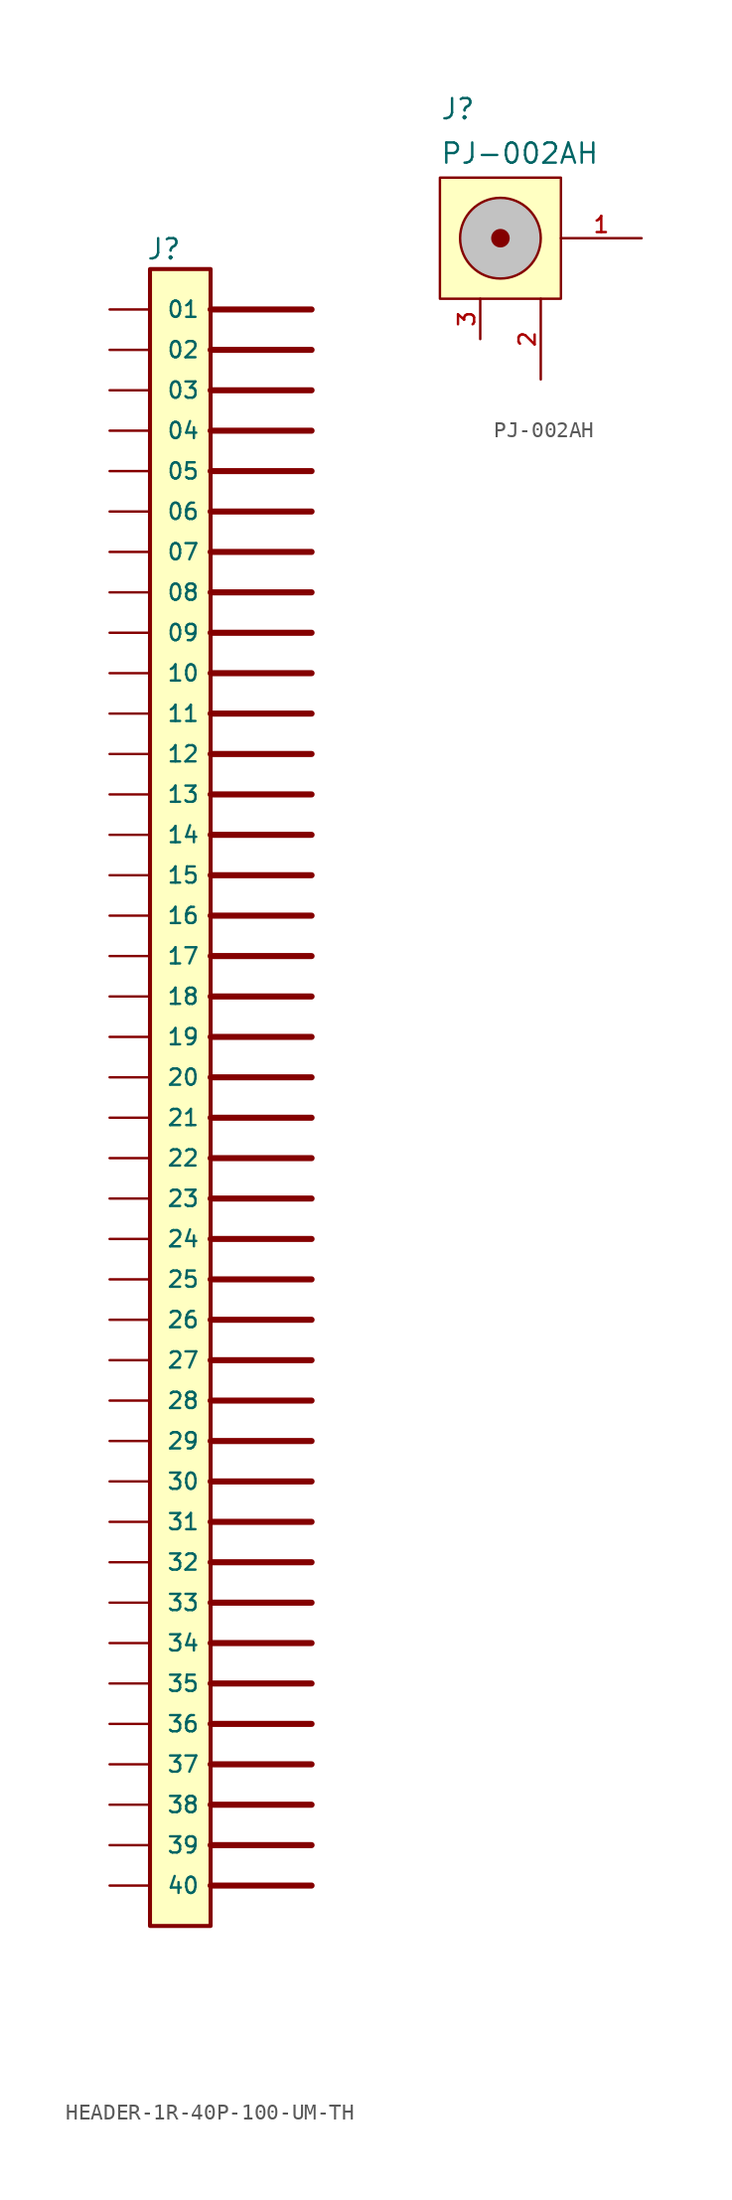
<source format=kicad_sym>
(kicad_symbol_lib
  (version 20231120)
  (generator "kicad_symbol_editor")
  (generator_version "8.0")
  (symbol "HEADER-1R-40P-100-UM-TH"
    (pin_numbers hide)
    (pin_names
      (offset 1.016))
    (property "Reference" "J"
      (at 2.286 3.048 0)
      (effects (font (size 1.27 1.27)) (justify left bottom)))
    (symbol "HEADER-1R-40P-100-UM-TH_0_0"
      (rectangle (start 2.54 2.54) (end 6.35 -101.6) (stroke (width 0.254) (type default)) (fill (type background)))
      (pin passive line (at 0 0 0) (length 2.54) (name "01" (effects (font (size 1.016 1.016)))) (number "01" (effects (font (size 1.016 1.016)))))
      (pin passive line (at 0 -2.54 0) (length 2.54) (name "02" (effects (font (size 1.016 1.016)))) (number "02" (effects (font (size 1.016 1.016)))))
      (pin passive line (at 0 -5.08 0) (length 2.54) (name "03" (effects (font (size 1.016 1.016)))) (number "03" (effects (font (size 1.016 1.016)))))
      (pin passive line (at 0 -7.62 0) (length 2.54) (name "04" (effects (font (size 1.016 1.016)))) (number "04" (effects (font (size 1.016 1.016)))))
      (pin passive line (at 0 -10.16 0) (length 2.54) (name "05" (effects (font (size 1.016 1.016)))) (number "05" (effects (font (size 1.016 1.016)))))
      (pin passive line (at 0 -12.7 0) (length 2.54) (name "06" (effects (font (size 1.016 1.016)))) (number "06" (effects (font (size 1.016 1.016)))))
      (pin passive line (at 0 -15.24 0) (length 2.54) (name "07" (effects (font (size 1.016 1.016)))) (number "07" (effects (font (size 1.016 1.016)))))
      (pin passive line (at 0 -17.78 0) (length 2.54) (name "08" (effects (font (size 1.016 1.016)))) (number "08" (effects (font (size 1.016 1.016)))))
      (pin passive line (at 0 -20.32 0) (length 2.54) (name "09" (effects (font (size 1.016 1.016)))) (number "09" (effects (font (size 1.016 1.016)))))
      (pin passive line (at 0 -22.86 0) (length 2.54) (name "10" (effects (font (size 1.016 1.016)))) (number "10" (effects (font (size 1.016 1.016)))))
      (pin passive line (at 0 -25.4 0) (length 2.54) (name "11" (effects (font (size 1.016 1.016)))) (number "11" (effects (font (size 1.016 1.016)))))
      (pin passive line (at 0 -27.94 0) (length 2.54) (name "12" (effects (font (size 1.016 1.016)))) (number "12" (effects (font (size 1.016 1.016)))))
      (pin passive line (at 0 -30.48 0) (length 2.54) (name "13" (effects (font (size 1.016 1.016)))) (number "13" (effects (font (size 1.016 1.016)))))
      (pin passive line (at 0 -33.02 0) (length 2.54) (name "14" (effects (font (size 1.016 1.016)))) (number "14" (effects (font (size 1.016 1.016)))))
      (pin passive line (at 0 -35.56 0) (length 2.54) (name "15" (effects (font (size 1.016 1.016)))) (number "15" (effects (font (size 1.016 1.016)))))
      (pin passive line (at 0 -38.1 0) (length 2.54) (name "16" (effects (font (size 1.016 1.016)))) (number "16" (effects (font (size 1.016 1.016)))))
      (pin passive line (at 0 -40.64 0) (length 2.54) (name "17" (effects (font (size 1.016 1.016)))) (number "17" (effects (font (size 1.016 1.016)))))
      (pin passive line (at 0 -43.18 0) (length 2.54) (name "18" (effects (font (size 1.016 1.016)))) (number "18" (effects (font (size 1.016 1.016)))))
      (pin passive line (at 0 -45.72 0) (length 2.54) (name "19" (effects (font (size 1.016 1.016)))) (number "19" (effects (font (size 1.016 1.016)))))
      (pin passive line (at 0 -48.26 0) (length 2.54) (name "20" (effects (font (size 1.016 1.016)))) (number "20" (effects (font (size 1.016 1.016)))))
      (pin passive line (at 0 -50.8 0) (length 2.54) (name "21" (effects (font (size 1.016 1.016)))) (number "21" (effects (font (size 1.016 1.016)))))
      (pin passive line (at 0 -53.34 0) (length 2.54) (name "22" (effects (font (size 1.016 1.016)))) (number "22" (effects (font (size 1.016 1.016)))))
      (pin passive line (at 0 -55.88 0) (length 2.54) (name "23" (effects (font (size 1.016 1.016)))) (number "23" (effects (font (size 1.016 1.016)))))
      (pin passive line (at 0 -58.42 0) (length 2.54) (name "24" (effects (font (size 1.016 1.016)))) (number "24" (effects (font (size 1.016 1.016)))))
      (pin passive line (at 0 -60.96 0) (length 2.54) (name "25" (effects (font (size 1.016 1.016)))) (number "25" (effects (font (size 1.016 1.016)))))
      (pin passive line (at 0 -63.5 0) (length 2.54) (name "26" (effects (font (size 1.016 1.016)))) (number "26" (effects (font (size 1.016 1.016)))))
      (pin passive line (at 0 -66.04 0) (length 2.54) (name "27" (effects (font (size 1.016 1.016)))) (number "27" (effects (font (size 1.016 1.016)))))
      (pin passive line (at 0 -68.58 0) (length 2.54) (name "28" (effects (font (size 1.016 1.016)))) (number "28" (effects (font (size 1.016 1.016)))))
      (pin passive line (at 0 -71.12 0) (length 2.54) (name "29" (effects (font (size 1.016 1.016)))) (number "29" (effects (font (size 1.016 1.016)))))
      (pin passive line (at 0 -73.66 0) (length 2.54) (name "30" (effects (font (size 1.016 1.016)))) (number "30" (effects (font (size 1.016 1.016)))))
      (pin passive line (at 0 -76.2 0) (length 2.54) (name "31" (effects (font (size 1.016 1.016)))) (number "31" (effects (font (size 1.016 1.016)))))
      (pin passive line (at 0 -78.74 0) (length 2.54) (name "32" (effects (font (size 1.016 1.016)))) (number "32" (effects (font (size 1.016 1.016)))))
      (pin passive line (at 0 -81.28 0) (length 2.54) (name "33" (effects (font (size 1.016 1.016)))) (number "33" (effects (font (size 1.016 1.016)))))
      (pin passive line (at 0 -83.82 0) (length 2.54) (name "34" (effects (font (size 1.016 1.016)))) (number "34" (effects (font (size 1.016 1.016)))))
      (pin passive line (at 0 -86.36 0) (length 2.54) (name "35" (effects (font (size 1.016 1.016)))) (number "35" (effects (font (size 1.016 1.016)))))
      (pin passive line (at 0 -88.9 0) (length 2.54) (name "36" (effects (font (size 1.016 1.016)))) (number "36" (effects (font (size 1.016 1.016)))))
      (pin passive line (at 0 -91.44 0) (length 2.54) (name "37" (effects (font (size 1.016 1.016)))) (number "37" (effects (font (size 1.016 1.016)))))
      (pin passive line (at 0 -93.98 0) (length 2.54) (name "38" (effects (font (size 1.016 1.016)))) (number "38" (effects (font (size 1.016 1.016)))))
      (pin passive line (at 0 -96.52 0) (length 2.54) (name "39" (effects (font (size 1.016 1.016)))) (number "39" (effects (font (size 1.016 1.016)))))
      (pin passive line (at 0 -99.06 0) (length 2.54) (name "40" (effects (font (size 1.016 1.016)))) (number "40" (effects (font (size 1.016 1.016))))))
    (symbol "HEADER-1R-40P-100-UM-TH_1_1"
      (polyline (pts (xy 6.35 -99.06) (xy 12.7 -99.06)) (stroke (width 0.381) (type default)) (fill (type none)))
      (polyline (pts (xy 6.35 -96.52) (xy 12.7 -96.52)) (stroke (width 0.381) (type default)) (fill (type none)))
      (polyline (pts (xy 6.35 -93.98) (xy 12.7 -93.98)) (stroke (width 0.381) (type default)) (fill (type none)))
      (polyline (pts (xy 6.35 -91.44) (xy 12.7 -91.44)) (stroke (width 0.381) (type default)) (fill (type none)))
      (polyline (pts (xy 6.35 -88.9) (xy 12.7 -88.9)) (stroke (width 0.381) (type default)) (fill (type none)))
      (polyline (pts (xy 6.35 -86.36) (xy 12.7 -86.36)) (stroke (width 0.381) (type default)) (fill (type none)))
      (polyline (pts (xy 6.35 -83.82) (xy 12.7 -83.82)) (stroke (width 0.381) (type default)) (fill (type none)))
      (polyline (pts (xy 6.35 -81.28) (xy 12.7 -81.28)) (stroke (width 0.381) (type default)) (fill (type none)))
      (polyline (pts (xy 6.35 -78.74) (xy 12.7 -78.74)) (stroke (width 0.381) (type default)) (fill (type none)))
      (polyline (pts (xy 6.35 -76.2) (xy 12.7 -76.2)) (stroke (width 0.381) (type default)) (fill (type none)))
      (polyline (pts (xy 6.35 -73.66) (xy 12.7 -73.66)) (stroke (width 0.381) (type default)) (fill (type none)))
      (polyline (pts (xy 6.35 -71.12) (xy 12.7 -71.12)) (stroke (width 0.381) (type default)) (fill (type none)))
      (polyline (pts (xy 6.35 -68.58) (xy 12.7 -68.58)) (stroke (width 0.381) (type default)) (fill (type none)))
      (polyline (pts (xy 6.35 -66.04) (xy 12.7 -66.04)) (stroke (width 0.381) (type default)) (fill (type none)))
      (polyline (pts (xy 6.35 -63.5) (xy 12.7 -63.5)) (stroke (width 0.381) (type default)) (fill (type none)))
      (polyline (pts (xy 6.35 -60.96) (xy 12.7 -60.96)) (stroke (width 0.381) (type default)) (fill (type none)))
      (polyline (pts (xy 6.35 -58.42) (xy 12.7 -58.42)) (stroke (width 0.381) (type default)) (fill (type none)))
      (polyline (pts (xy 6.35 -55.88) (xy 12.7 -55.88)) (stroke (width 0.381) (type default)) (fill (type none)))
      (polyline (pts (xy 6.35 -53.34) (xy 12.7 -53.34)) (stroke (width 0.381) (type default)) (fill (type none)))
      (polyline (pts (xy 6.35 -50.8) (xy 12.7 -50.8)) (stroke (width 0.381) (type default)) (fill (type none)))
      (polyline (pts (xy 6.35 -48.26) (xy 12.7 -48.26)) (stroke (width 0.381) (type default)) (fill (type none)))
      (polyline (pts (xy 6.35 -45.72) (xy 12.7 -45.72)) (stroke (width 0.381) (type default)) (fill (type none)))
      (polyline (pts (xy 6.35 -43.18) (xy 12.7 -43.18)) (stroke (width 0.381) (type default)) (fill (type none)))
      (polyline (pts (xy 6.35 -40.64) (xy 12.7 -40.64)) (stroke (width 0.381) (type default)) (fill (type none)))
      (polyline (pts (xy 6.35 -38.1) (xy 12.7 -38.1)) (stroke (width 0.381) (type default)) (fill (type none)))
      (polyline (pts (xy 6.35 -35.56) (xy 12.7 -35.56)) (stroke (width 0.381) (type default)) (fill (type none)))
      (polyline (pts (xy 6.35 -33.02) (xy 12.7 -33.02)) (stroke (width 0.381) (type default)) (fill (type none)))
      (polyline (pts (xy 6.35 -30.48) (xy 12.7 -30.48)) (stroke (width 0.381) (type default)) (fill (type none)))
      (polyline (pts (xy 6.35 -27.94) (xy 12.7 -27.94)) (stroke (width 0.381) (type default)) (fill (type none)))
      (polyline (pts (xy 6.35 -25.4) (xy 12.7 -25.4)) (stroke (width 0.381) (type default)) (fill (type none)))
      (polyline (pts (xy 6.35 -22.86) (xy 12.7 -22.86)) (stroke (width 0.381) (type default)) (fill (type none)))
      (polyline (pts (xy 6.35 -20.32) (xy 12.7 -20.32)) (stroke (width 0.381) (type default)) (fill (type none)))
      (polyline (pts (xy 6.35 -17.78) (xy 12.7 -17.78)) (stroke (width 0.381) (type default)) (fill (type none)))
      (polyline (pts (xy 6.35 -15.24) (xy 12.7 -15.24)) (stroke (width 0.381) (type default)) (fill (type none)))
      (polyline (pts (xy 6.35 -12.7) (xy 12.7 -12.7)) (stroke (width 0.381) (type default)) (fill (type none)))
      (polyline (pts (xy 6.35 -10.16) (xy 12.7 -10.16)) (stroke (width 0.381) (type default)) (fill (type none)))
      (polyline (pts (xy 6.35 -7.62) (xy 12.7 -7.62)) (stroke (width 0.381) (type default)) (fill (type none)))
      (polyline (pts (xy 6.35 -5.08) (xy 12.7 -5.08)) (stroke (width 0.381) (type default)) (fill (type none)))
      (polyline (pts (xy 6.35 -2.54) (xy 12.7 -2.54)) (stroke (width 0.381) (type default)) (fill (type none)))
      (polyline (pts (xy 6.35 0) (xy 12.7 0)) (stroke (width 0.381) (type default)) (fill (type none)))))
  (symbol "PJ-002AH"
    (pin_names
      (offset 1.016) hide)
    (property "Reference" "J"
      (at -3.81 8.128 0)
      (do_not_autoplace)
      (effects (font (size 1.27 1.27)) (justify left)))
    (property "Value" "PJ-002AH"
      (at -3.81 5.334 0)
      (do_not_autoplace)
      (effects (font (size 1.27 1.27)) (justify left)))
    (symbol "PJ-002AH_1_0"
      (pin passive line (at 8.89 0 180) (length 5.08) (name "TIP" (effects (font (size 1.016 1.016)))) (number "1" (effects (font (size 1.016 1.016)))))
      (pin passive line (at 2.54 -8.89 90) (length 5.08) (name "SLEEVE" (effects (font (size 1.016 1.016)))) (number "2" (effects (font (size 1.016 1.016)))))
      (pin passive line (at -1.27 -6.35 90) (length 2.54) (name "ID" (effects (font (size 1.016 1.016)))) (number "3" (effects (font (size 1.016 1.016))))))
    (symbol "PJ-002AH_1_1"
      (rectangle (start -3.81 3.81) (end 3.81 -3.81) (stroke (width 0) (type default)) (fill (type background)))
      (circle (center 0 0) (radius 0.508) (stroke (width 0) (type default)) (fill (type outline)))
      (circle (center 0 0) (radius 2.54) (stroke (width 0) (type default)) (fill (type color) (color 194 194 194 1))))))
</source>
